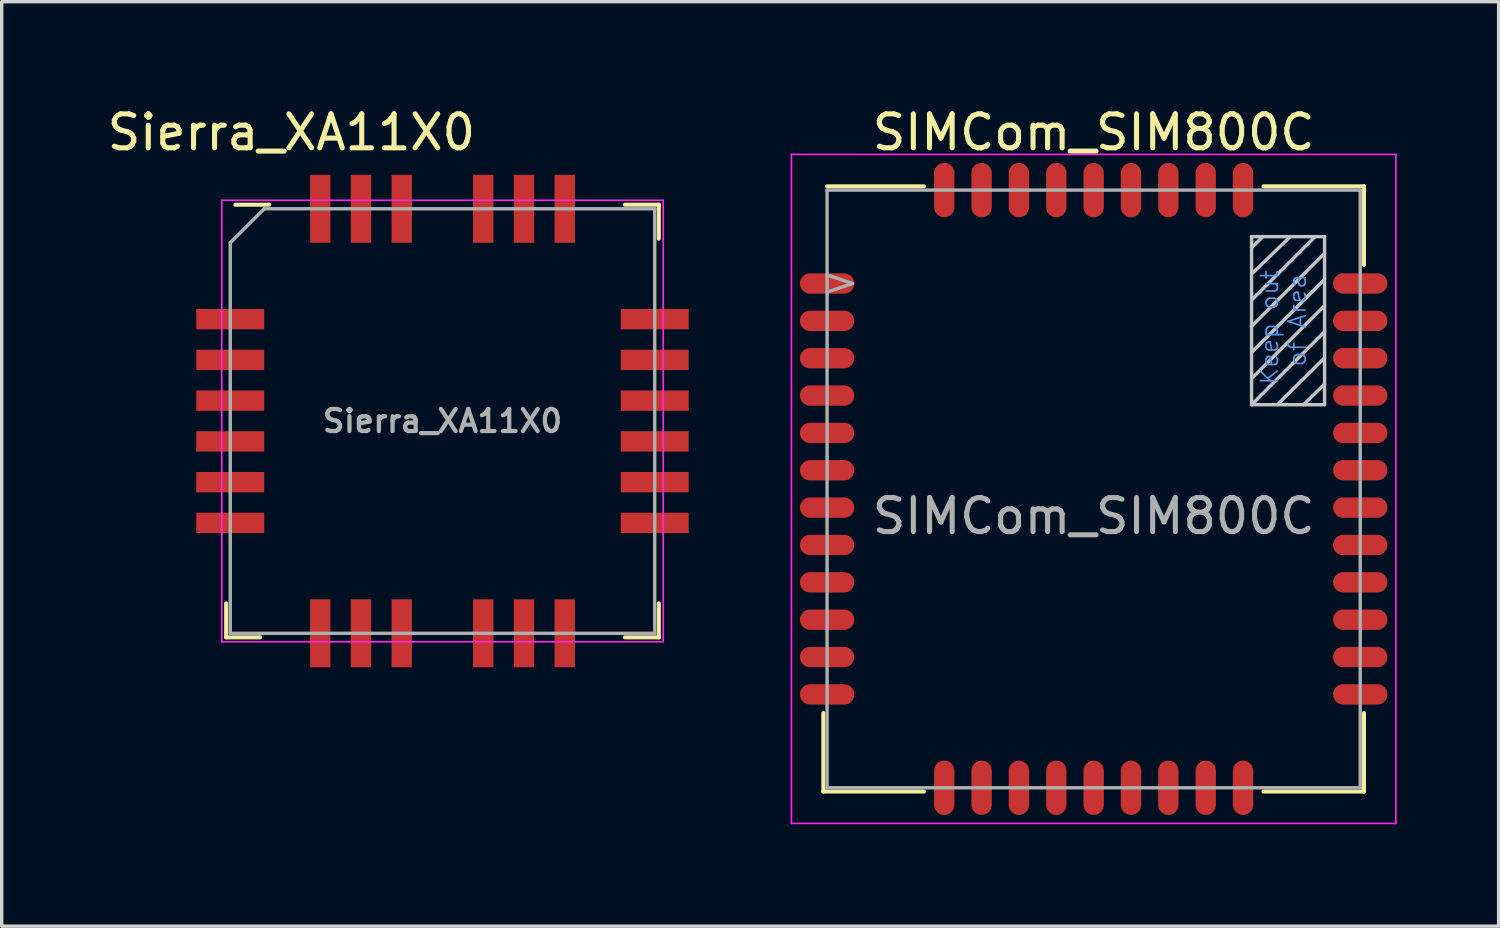
<source format=kicad_pcb>
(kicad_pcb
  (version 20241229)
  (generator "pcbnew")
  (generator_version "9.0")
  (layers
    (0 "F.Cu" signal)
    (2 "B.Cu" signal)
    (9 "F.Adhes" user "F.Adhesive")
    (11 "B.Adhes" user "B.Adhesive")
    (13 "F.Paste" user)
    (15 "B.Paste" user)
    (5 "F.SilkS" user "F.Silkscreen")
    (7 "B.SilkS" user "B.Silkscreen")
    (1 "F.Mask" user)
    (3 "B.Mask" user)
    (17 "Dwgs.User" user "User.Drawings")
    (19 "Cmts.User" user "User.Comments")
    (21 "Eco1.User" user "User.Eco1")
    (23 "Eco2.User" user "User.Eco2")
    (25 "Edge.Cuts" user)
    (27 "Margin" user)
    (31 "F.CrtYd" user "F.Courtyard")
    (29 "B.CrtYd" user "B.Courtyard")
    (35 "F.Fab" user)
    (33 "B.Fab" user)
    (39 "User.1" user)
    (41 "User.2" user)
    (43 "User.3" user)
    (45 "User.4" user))
  (footprint "SIMCom_SIM800C"
    (layer "F.Cu")
    (at 29.155 11.348)
    (property "Reference" "SIMCom_SIM800C" (at 0 -10.5 0) (layer "F.SilkS") (effects (font (size 1 1) (thickness 0.15))))
    (attr smd)
    (fp_line (start -7.96 8.91) (end -7.96 6.6) (stroke (width 0.12) (type solid)) (layer "F.SilkS"))
    (fp_line (start -7.96 8.91) (end -5 8.91) (stroke (width 0.12) (type solid)) (layer "F.SilkS"))
    (fp_line (start -7.85 -8.91) (end -5 -8.91) (stroke (width 0.12) (type solid)) (layer "F.SilkS"))
    (fp_line (start 7.96 -8.91) (end 5 -8.91) (stroke (width 0.12) (type solid)) (layer "F.SilkS"))
    (fp_line (start 7.96 -8.91) (end 7.96 -6.6) (stroke (width 0.12) (type solid)) (layer "F.SilkS"))
    (fp_line (start 7.96 8.91) (end 5 8.91) (stroke (width 0.12) (type solid)) (layer "F.SilkS"))
    (fp_line (start 7.96 8.91) (end 7.96 6.6) (stroke (width 0.12) (type solid)) (layer "F.SilkS"))
    (fp_line (start 4.65 -7.43) (end 4.65 -2.48) (stroke (width 0.1) (type solid)) (layer "Dwgs.User"))
    (fp_line (start 4.65 -7.43) (end 6.8 -7.43) (stroke (width 0.1) (type solid)) (layer "Dwgs.User"))
    (fp_line (start 4.65 -7.1) (end 4.97 -7.42) (stroke (width 0.1) (type solid)) (layer "Dwgs.User"))
    (fp_line (start 4.65 -6.33) (end 5.78 -7.42) (stroke (width 0.1) (type solid)) (layer "Dwgs.User"))
    (fp_line (start 4.65 -5.56) (end 6.51 -7.42) (stroke (width 0.1) (type solid)) (layer "Dwgs.User"))
    (fp_line (start 4.65 -4.79) (end 6.8 -6.94) (stroke (width 0.1) (type solid)) (layer "Dwgs.User"))
    (fp_line (start 4.65 -4.02) (end 6.8 -6.17) (stroke (width 0.1) (type solid)) (layer "Dwgs.User"))
    (fp_line (start 4.65 -3.25) (end 6.8 -5.4) (stroke (width 0.1) (type solid)) (layer "Dwgs.User"))
    (fp_line (start 4.65 -2.48) (end 6.8 -4.63) (stroke (width 0.1) (type solid)) (layer "Dwgs.User"))
    (fp_line (start 4.65 -2.48) (end 6.8 -2.48) (stroke (width 0.1) (type solid)) (layer "Dwgs.User"))
    (fp_line (start 5.415 -2.486) (end 6.8 -3.86) (stroke (width 0.1) (type solid)) (layer "Dwgs.User"))
    (fp_line (start 6.18 -2.48) (end 6.8 -3.09) (stroke (width 0.1) (type solid)) (layer "Dwgs.User"))
    (fp_line (start 6.8 -7.43) (end 6.8 -2.48) (stroke (width 0.1) (type solid)) (layer "Dwgs.User"))
    (fp_line (start -8.9 -9.85) (end -8.9 9.85) (stroke (width 0.05) (type solid)) (layer "F.CrtYd"))
    (fp_line (start -8.9 -9.85) (end 8.9 -9.85) (stroke (width 0.05) (type solid)) (layer "F.CrtYd"))
    (fp_line (start -8.9 9.85) (end 8.9 9.85) (stroke (width 0.05) (type solid)) (layer "F.CrtYd"))
    (fp_line (start 8.9 -9.85) (end 8.9 9.85) (stroke (width 0.05) (type solid)) (layer "F.CrtYd"))
    (fp_line (start -7.85 -8.8) (end -7.85 8.8) (stroke (width 0.1) (type solid)) (layer "F.Fab"))
    (fp_line (start -7.85 -8.8) (end 7.85 -8.8) (stroke (width 0.1) (type solid)) (layer "F.Fab"))
    (fp_line (start -7.85 -6.3) (end -7.1 -6.05) (stroke (width 0.1) (type solid)) (layer "F.Fab"))
    (fp_line (start -7.85 -5.8) (end -7.1 -6.05) (stroke (width 0.1) (type solid)) (layer "F.Fab"))
    (fp_line (start -7.85 8.8) (end 7.85 8.8) (stroke (width 0.1) (type solid)) (layer "F.Fab"))
    (fp_line (start 7.85 -8.8) (end 7.85 8.8) (stroke (width 0.1) (type solid)) (layer "F.Fab"))
    (fp_text user "Keep out " (at 5.18 -4.95 90) (layer "Cmts.User") (effects (font (size 0.5 0.5) (thickness 0.05))))
    (fp_text user "of Area" (at 6 -4.97 90) (layer "Cmts.User") (effects (font (size 0.5 0.5) (thickness 0.05))))
    (fp_text user "${REFERENCE}" (at 0 0.8 0) (layer "F.Fab") (effects (font (size 1 1) (thickness 0.15))))
    (pad "1" smd oval (at -7.85 -6.05) (size 1.6 0.6) (layers "F.Cu" "F.Mask" "F.Paste"))
    (pad "2" smd oval (at -7.85 -4.95) (size 1.6 0.6) (layers "F.Cu" "F.Mask" "F.Paste"))
    (pad "3" smd oval (at -7.85 -3.85) (size 1.6 0.6) (layers "F.Cu" "F.Mask" "F.Paste"))
    (pad "4" smd oval (at -7.85 -2.75) (size 1.6 0.6) (layers "F.Cu" "F.Mask" "F.Paste"))
    (pad "5" smd oval (at -7.85 -1.65) (size 1.6 0.6) (layers "F.Cu" "F.Mask" "F.Paste"))
    (pad "6" smd oval (at -7.85 -0.55) (size 1.6 0.6) (layers "F.Cu" "F.Mask" "F.Paste"))
    (pad "7" smd oval (at -7.85 0.55) (size 1.6 0.6) (layers "F.Cu" "F.Mask" "F.Paste"))
    (pad "8" smd oval (at -7.85 1.65) (size 1.6 0.6) (layers "F.Cu" "F.Mask" "F.Paste"))
    (pad "9" smd oval (at -7.85 2.75) (size 1.6 0.6) (layers "F.Cu" "F.Mask" "F.Paste"))
    (pad "10" smd oval (at -7.85 3.85) (size 1.6 0.6) (layers "F.Cu" "F.Mask" "F.Paste"))
    (pad "11" smd oval (at -7.85 4.95) (size 1.6 0.6) (layers "F.Cu" "F.Mask" "F.Paste"))
    (pad "12" smd oval (at -7.85 6.05) (size 1.6 0.6) (layers "F.Cu" "F.Mask" "F.Paste"))
    (pad "13" smd oval (at -4.4 8.8) (size 0.6 1.6) (layers "F.Cu" "F.Mask" "F.Paste"))
    (pad "14" smd oval (at -3.3 8.8) (size 0.6 1.6) (layers "F.Cu" "F.Mask" "F.Paste"))
    (pad "15" smd oval (at -2.2 8.8) (size 0.6 1.6) (layers "F.Cu" "F.Mask" "F.Paste"))
    (pad "16" smd oval (at -1.1 8.8) (size 0.6 1.6) (layers "F.Cu" "F.Mask" "F.Paste"))
    (pad "17" smd oval (at 0 8.8) (size 0.6 1.6) (layers "F.Cu" "F.Mask" "F.Paste"))
    (pad "18" smd oval (at 1.1 8.8) (size 0.6 1.6) (layers "F.Cu" "F.Mask" "F.Paste"))
    (pad "19" smd oval (at 2.2 8.8) (size 0.6 1.6) (layers "F.Cu" "F.Mask" "F.Paste"))
    (pad "20" smd oval (at 3.3 8.8) (size 0.6 1.6) (layers "F.Cu" "F.Mask" "F.Paste"))
    (pad "21" smd oval (at 4.4 8.8) (size 0.6 1.6) (layers "F.Cu" "F.Mask" "F.Paste"))
    (pad "22" smd oval (at 7.85 6.05) (size 1.6 0.6) (layers "F.Cu" "F.Mask" "F.Paste"))
    (pad "23" smd oval (at 7.85 4.95) (size 1.6 0.6) (layers "F.Cu" "F.Mask" "F.Paste"))
    (pad "24" smd oval (at 7.85 3.85) (size 1.6 0.6) (layers "F.Cu" "F.Mask" "F.Paste"))
    (pad "25" smd oval (at 7.85 2.75) (size 1.6 0.6) (layers "F.Cu" "F.Mask" "F.Paste"))
    (pad "26" smd oval (at 7.85 1.65) (size 1.6 0.6) (layers "F.Cu" "F.Mask" "F.Paste"))
    (pad "27" smd oval (at 7.85 0.55) (size 1.6 0.6) (layers "F.Cu" "F.Mask" "F.Paste"))
    (pad "28" smd oval (at 7.85 -0.55) (size 1.6 0.6) (layers "F.Cu" "F.Mask" "F.Paste"))
    (pad "29" smd oval (at 7.85 -1.65) (size 1.6 0.6) (layers "F.Cu" "F.Mask" "F.Paste"))
    (pad "30" smd oval (at 7.85 -2.75) (size 1.6 0.6) (layers "F.Cu" "F.Mask" "F.Paste"))
    (pad "31" smd oval (at 7.85 -3.85) (size 1.6 0.6) (layers "F.Cu" "F.Mask" "F.Paste"))
    (pad "32" smd oval (at 7.85 -4.95) (size 1.6 0.6) (layers "F.Cu" "F.Mask" "F.Paste"))
    (pad "33" smd oval (at 7.85 -6.05) (size 1.6 0.6) (layers "F.Cu" "F.Mask" "F.Paste"))
    (pad "34" smd oval (at 4.4 -8.8) (size 0.6 1.6) (layers "F.Cu" "F.Mask" "F.Paste"))
    (pad "35" smd oval (at 3.3 -8.8) (size 0.6 1.6) (layers "F.Cu" "F.Mask" "F.Paste"))
    (pad "36" smd oval (at 2.2 -8.8) (size 0.6 1.6) (layers "F.Cu" "F.Mask" "F.Paste"))
    (pad "37" smd oval (at 1.1 -8.8) (size 0.6 1.6) (layers "F.Cu" "F.Mask" "F.Paste"))
    (pad "38" smd oval (at 0 -8.8) (size 0.6 1.6) (layers "F.Cu" "F.Mask" "F.Paste"))
    (pad "39" smd oval (at -1.1 -8.8) (size 0.6 1.6) (layers "F.Cu" "F.Mask" "F.Paste"))
    (pad "40" smd oval (at -2.2 -8.8) (size 0.6 1.6) (layers "F.Cu" "F.Mask" "F.Paste"))
    (pad "41" smd oval (at -3.3 -8.8) (size 0.6 1.6) (layers "F.Cu" "F.Mask" "F.Paste"))
    (pad "42" smd oval (at -4.4 -8.8) (size 0.6 1.6) (layers "F.Cu" "F.Mask" "F.Paste")))
  (footprint "Sierra_XA11X0"
    (layer "F.Cu")
    (at 9.98 9.348)
    (property "Reference" "Sierra_XA11X0" (at -4.45 -8.5 0) (layer "F.SilkS") (effects (font (size 1 1) (thickness 0.15))))
    (attr smd)
    (fp_line (start -6.37 6.37) (end -6.37 5.37) (stroke (width 0.12) (type solid)) (layer "F.SilkS"))
    (fp_line (start -6.1 -6.37) (end -5.1 -6.37) (stroke (width 0.12) (type solid)) (layer "F.SilkS"))
    (fp_line (start -5.37 6.37) (end -6.37 6.37) (stroke (width 0.12) (type solid)) (layer "F.SilkS"))
    (fp_line (start 5.37 -6.37) (end 6.37 -6.37) (stroke (width 0.12) (type solid)) (layer "F.SilkS"))
    (fp_line (start 5.37 6.37) (end 6.37 6.37) (stroke (width 0.12) (type solid)) (layer "F.SilkS"))
    (fp_line (start 6.37 -6.37) (end 6.37 -5.37) (stroke (width 0.12) (type solid)) (layer "F.SilkS"))
    (fp_line (start 6.37 6.37) (end 6.37 5.37) (stroke (width 0.12) (type solid)) (layer "F.SilkS"))
    (fp_line (start -6.5 -6.5) (end -6.5 6.5) (stroke (width 0.05) (type solid)) (layer "F.CrtYd"))
    (fp_line (start -6.5 6.5) (end 6.5 6.5) (stroke (width 0.05) (type solid)) (layer "F.CrtYd"))
    (fp_line (start 6.5 -6.5) (end -6.5 -6.5) (stroke (width 0.05) (type solid)) (layer "F.CrtYd"))
    (fp_line (start 6.5 6.5) (end 6.5 -6.5) (stroke (width 0.05) (type solid)) (layer "F.CrtYd"))
    (fp_line (start -6.25 -5.25) (end -5.25 -6.25) (stroke (width 0.1) (type solid)) (layer "F.Fab"))
    (fp_line (start -6.25 6.25) (end -6.25 -5.25) (stroke (width 0.1) (type solid)) (layer "F.Fab"))
    (fp_line (start -5.25 -6.25) (end 6.25 -6.25) (stroke (width 0.1) (type solid)) (layer "F.Fab"))
    (fp_line (start 6.25 -6.25) (end 6.25 6.25) (stroke (width 0.1) (type solid)) (layer "F.Fab"))
    (fp_line (start 6.25 6.25) (end -6.25 6.25) (stroke (width 0.1) (type solid)) (layer "F.Fab"))
    (fp_text user "${REFERENCE}" (at 0 0 0) (layer "F.Fab") (effects (font (size 0.65 0.65) (thickness 0.125))))
    (pad "1" smd rect (at -6.25 -3) (size 2 0.6) (layers "F.Cu" "F.Mask" "F.Paste"))
    (pad "2" smd rect (at -6.25 -1.8) (size 2 0.6) (layers "F.Cu" "F.Mask" "F.Paste"))
    (pad "3" smd rect (at -6.25 -0.6) (size 2 0.6) (layers "F.Cu" "F.Mask" "F.Paste"))
    (pad "4" smd rect (at -6.25 0.6) (size 2 0.6) (layers "F.Cu" "F.Mask" "F.Paste"))
    (pad "5" smd rect (at -6.25 1.8) (size 2 0.6) (layers "F.Cu" "F.Mask" "F.Paste"))
    (pad "6" smd rect (at -6.25 3) (size 2 0.6) (layers "F.Cu" "F.Mask" "F.Paste"))
    (pad "7" smd rect (at -3.6 6.25) (size 0.6 2) (layers "F.Cu" "F.Mask" "F.Paste"))
    (pad "8" smd rect (at -2.4 6.25) (size 0.6 2) (layers "F.Cu" "F.Mask" "F.Paste"))
    (pad "9" smd rect (at -1.2 6.25) (size 0.6 2) (layers "F.Cu" "F.Mask" "F.Paste"))
    (pad "10" smd rect (at 1.2 6.25) (size 0.6 2) (layers "F.Cu" "F.Mask" "F.Paste"))
    (pad "11" smd rect (at 2.4 6.25) (size 0.6 2) (layers "F.Cu" "F.Mask" "F.Paste"))
    (pad "12" smd rect (at 3.6 6.25) (size 0.6 2) (layers "F.Cu" "F.Mask" "F.Paste"))
    (pad "13" smd rect (at 6.25 3) (size 2 0.6) (layers "F.Cu" "F.Mask" "F.Paste"))
    (pad "14" smd rect (at 6.25 1.8) (size 2 0.6) (layers "F.Cu" "F.Mask" "F.Paste"))
    (pad "15" smd rect (at 6.25 0.6) (size 2 0.6) (layers "F.Cu" "F.Mask" "F.Paste"))
    (pad "16" smd rect (at 6.25 -0.6) (size 2 0.6) (layers "F.Cu" "F.Mask" "F.Paste"))
    (pad "17" smd rect (at 6.25 -1.8) (size 2 0.6) (layers "F.Cu" "F.Mask" "F.Paste"))
    (pad "18" smd rect (at 6.25 -3) (size 2 0.6) (layers "F.Cu" "F.Mask" "F.Paste"))
    (pad "19" smd rect (at 3.6 -6.25) (size 0.6 2) (layers "F.Cu" "F.Mask" "F.Paste"))
    (pad "20" smd rect (at 2.4 -6.25) (size 0.6 2) (layers "F.Cu" "F.Mask" "F.Paste"))
    (pad "21" smd rect (at 1.2 -6.25) (size 0.6 2) (layers "F.Cu" "F.Mask" "F.Paste"))
    (pad "22" smd rect (at -1.2 -6.25) (size 0.6 2) (layers "F.Cu" "F.Mask" "F.Paste"))
    (pad "23" smd rect (at -2.4 -6.25) (size 0.6 2) (layers "F.Cu" "F.Mask" "F.Paste"))
    (pad "24" smd rect (at -3.6 -6.25) (size 0.6 2) (layers "F.Cu" "F.Mask" "F.Paste")))
  (gr_rect
    (start -3 -3)
    (end 41.08 24.223)
    (stroke (width 0.1) (type default))
    (fill no)
    (layer "Edge.Cuts")))
</source>
